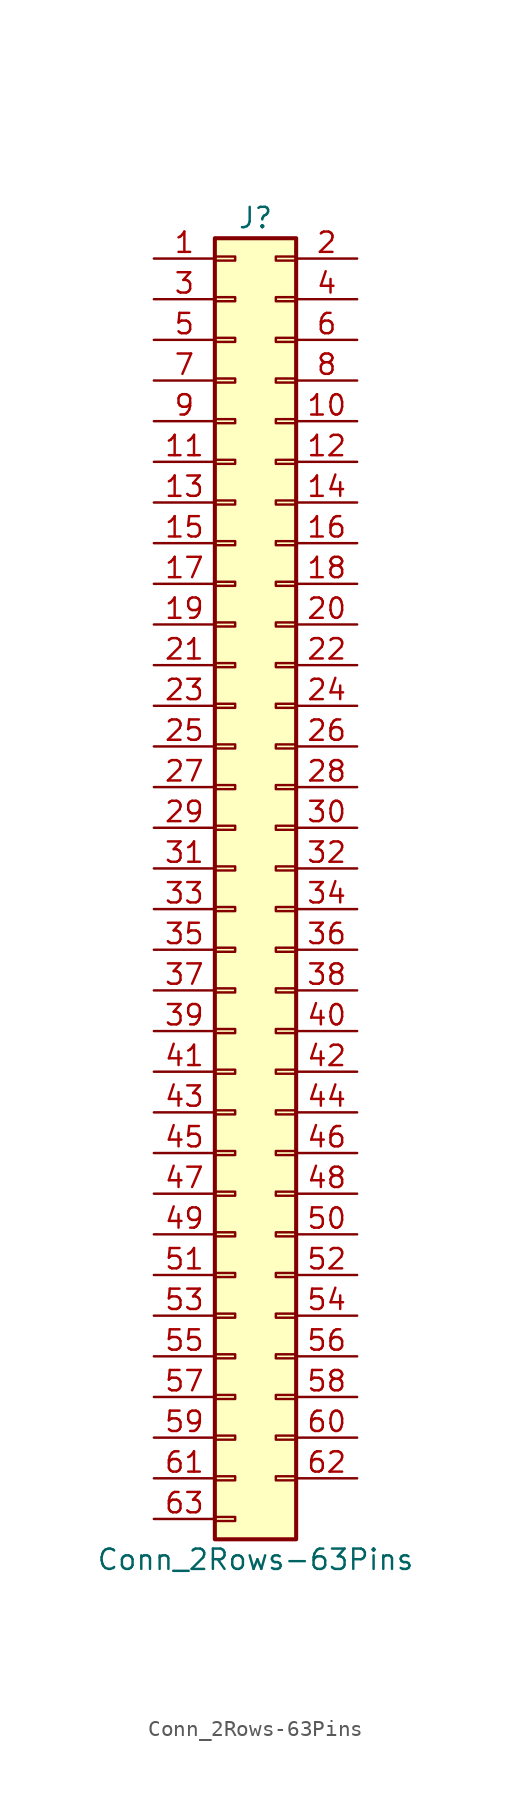
<source format=kicad_sym>
(kicad_symbol_lib
  (version 20201005)
  (generator kicad_symbol_editor)
  (symbol "Conn_2Rows-63Pins"
    (pin_names
      (offset 1.016) hide)
    (property "Reference" "J"
      (at 1.27 40.64 0)
      (effects (font (size 1.27 1.27))))
    (property "Value" "Conn_2Rows-63Pins"
      (at 1.27 -43.18 0)
      (effects (font (size 1.27 1.27))))
    (symbol "Conn_2Rows-63Pins_1_1"
      (rectangle (start -1.27 -40.513) (end 0 -40.767) (stroke (width 0.152)) (fill (type none)))
      (rectangle (start -1.27 -37.973) (end 0 -38.227) (stroke (width 0.152)) (fill (type none)))
      (rectangle (start -1.27 -35.433) (end 0 -35.687) (stroke (width 0.152)) (fill (type none)))
      (rectangle (start -1.27 -32.893) (end 0 -33.147) (stroke (width 0.152)) (fill (type none)))
      (rectangle (start -1.27 -30.353) (end 0 -30.607) (stroke (width 0.152)) (fill (type none)))
      (rectangle (start -1.27 -27.813) (end 0 -28.067) (stroke (width 0.152)) (fill (type none)))
      (rectangle (start -1.27 -25.273) (end 0 -25.527) (stroke (width 0.152)) (fill (type none)))
      (rectangle (start -1.27 -22.733) (end 0 -22.987) (stroke (width 0.152)) (fill (type none)))
      (rectangle (start -1.27 -20.193) (end 0 -20.447) (stroke (width 0.152)) (fill (type none)))
      (rectangle (start -1.27 -17.653) (end 0 -17.907) (stroke (width 0.152)) (fill (type none)))
      (rectangle (start -1.27 -15.113) (end 0 -15.367) (stroke (width 0.152)) (fill (type none)))
      (rectangle (start -1.27 -12.573) (end 0 -12.827) (stroke (width 0.152)) (fill (type none)))
      (rectangle (start -1.27 -10.033) (end 0 -10.287) (stroke (width 0.152)) (fill (type none)))
      (rectangle (start -1.27 -7.493) (end 0 -7.747) (stroke (width 0.152)) (fill (type none)))
      (rectangle (start -1.27 -4.953) (end 0 -5.207) (stroke (width 0.152)) (fill (type none)))
      (rectangle (start -1.27 -2.413) (end 0 -2.667) (stroke (width 0.152)) (fill (type none)))
      (rectangle (start -1.27 0.127) (end 0 -0.127) (stroke (width 0.152)) (fill (type none)))
      (rectangle (start -1.27 2.667) (end 0 2.413) (stroke (width 0.152)) (fill (type none)))
      (rectangle (start -1.27 5.207) (end 0 4.953) (stroke (width 0.152)) (fill (type none)))
      (rectangle (start -1.27 7.747) (end 0 7.493) (stroke (width 0.152)) (fill (type none)))
      (rectangle (start -1.27 10.287) (end 0 10.033) (stroke (width 0.152)) (fill (type none)))
      (rectangle (start -1.27 12.827) (end 0 12.573) (stroke (width 0.152)) (fill (type none)))
      (rectangle (start -1.27 15.367) (end 0 15.113) (stroke (width 0.152)) (fill (type none)))
      (rectangle (start -1.27 17.907) (end 0 17.653) (stroke (width 0.152)) (fill (type none)))
      (rectangle (start -1.27 20.447) (end 0 20.193) (stroke (width 0.152)) (fill (type none)))
      (rectangle (start -1.27 22.987) (end 0 22.733) (stroke (width 0.152)) (fill (type none)))
      (rectangle (start -1.27 25.527) (end 0 25.273) (stroke (width 0.152)) (fill (type none)))
      (rectangle (start -1.27 28.067) (end 0 27.813) (stroke (width 0.152)) (fill (type none)))
      (rectangle (start -1.27 30.607) (end 0 30.353) (stroke (width 0.152)) (fill (type none)))
      (rectangle (start -1.27 33.147) (end 0 32.893) (stroke (width 0.152)) (fill (type none)))
      (rectangle (start -1.27 35.687) (end 0 35.433) (stroke (width 0.152)) (fill (type none)))
      (rectangle (start -1.27 38.227) (end 0 37.973) (stroke (width 0.152)) (fill (type none)))
      (rectangle (start -1.27 39.37) (end 3.81 -41.91) (stroke (width 0.254)) (fill (type background)))
      (rectangle (start 3.81 -37.973) (end 2.54 -38.227) (stroke (width 0.152)) (fill (type none)))
      (rectangle (start 3.81 -35.433) (end 2.54 -35.687) (stroke (width 0.152)) (fill (type none)))
      (rectangle (start 3.81 -32.893) (end 2.54 -33.147) (stroke (width 0.152)) (fill (type none)))
      (rectangle (start 3.81 -30.353) (end 2.54 -30.607) (stroke (width 0.152)) (fill (type none)))
      (rectangle (start 3.81 -27.813) (end 2.54 -28.067) (stroke (width 0.152)) (fill (type none)))
      (rectangle (start 3.81 -25.273) (end 2.54 -25.527) (stroke (width 0.152)) (fill (type none)))
      (rectangle (start 3.81 -22.733) (end 2.54 -22.987) (stroke (width 0.152)) (fill (type none)))
      (rectangle (start 3.81 -20.193) (end 2.54 -20.447) (stroke (width 0.152)) (fill (type none)))
      (rectangle (start 3.81 -17.653) (end 2.54 -17.907) (stroke (width 0.152)) (fill (type none)))
      (rectangle (start 3.81 -15.113) (end 2.54 -15.367) (stroke (width 0.152)) (fill (type none)))
      (rectangle (start 3.81 -12.573) (end 2.54 -12.827) (stroke (width 0.152)) (fill (type none)))
      (rectangle (start 3.81 -10.033) (end 2.54 -10.287) (stroke (width 0.152)) (fill (type none)))
      (rectangle (start 3.81 -7.493) (end 2.54 -7.747) (stroke (width 0.152)) (fill (type none)))
      (rectangle (start 3.81 -4.953) (end 2.54 -5.207) (stroke (width 0.152)) (fill (type none)))
      (rectangle (start 3.81 -2.413) (end 2.54 -2.667) (stroke (width 0.152)) (fill (type none)))
      (rectangle (start 3.81 0.127) (end 2.54 -0.127) (stroke (width 0.152)) (fill (type none)))
      (rectangle (start 3.81 2.667) (end 2.54 2.413) (stroke (width 0.152)) (fill (type none)))
      (rectangle (start 3.81 5.207) (end 2.54 4.953) (stroke (width 0.152)) (fill (type none)))
      (rectangle (start 3.81 7.747) (end 2.54 7.493) (stroke (width 0.152)) (fill (type none)))
      (rectangle (start 3.81 10.287) (end 2.54 10.033) (stroke (width 0.152)) (fill (type none)))
      (rectangle (start 3.81 12.827) (end 2.54 12.573) (stroke (width 0.152)) (fill (type none)))
      (rectangle (start 3.81 15.367) (end 2.54 15.113) (stroke (width 0.152)) (fill (type none)))
      (rectangle (start 3.81 17.907) (end 2.54 17.653) (stroke (width 0.152)) (fill (type none)))
      (rectangle (start 3.81 20.447) (end 2.54 20.193) (stroke (width 0.152)) (fill (type none)))
      (rectangle (start 3.81 22.987) (end 2.54 22.733) (stroke (width 0.152)) (fill (type none)))
      (rectangle (start 3.81 25.527) (end 2.54 25.273) (stroke (width 0.152)) (fill (type none)))
      (rectangle (start 3.81 28.067) (end 2.54 27.813) (stroke (width 0.152)) (fill (type none)))
      (rectangle (start 3.81 30.607) (end 2.54 30.353) (stroke (width 0.152)) (fill (type none)))
      (rectangle (start 3.81 33.147) (end 2.54 32.893) (stroke (width 0.152)) (fill (type none)))
      (rectangle (start 3.81 35.687) (end 2.54 35.433) (stroke (width 0.152)) (fill (type none)))
      (rectangle (start 3.81 38.227) (end 2.54 37.973) (stroke (width 0.152)) (fill (type none)))
      (pin passive line (at -5.08 38.1 0) (length 3.81) (name "Pin_1" (effects (font (size 1.27 1.27)))) (number "1" (effects (font (size 1.27 1.27)))))
      (pin passive line (at 7.62 27.94 180) (length 3.81) (name "Pin_10" (effects (font (size 1.27 1.27)))) (number "10" (effects (font (size 1.27 1.27)))))
      (pin passive line (at -5.08 25.4 0) (length 3.81) (name "Pin_11" (effects (font (size 1.27 1.27)))) (number "11" (effects (font (size 1.27 1.27)))))
      (pin passive line (at 7.62 25.4 180) (length 3.81) (name "Pin_12" (effects (font (size 1.27 1.27)))) (number "12" (effects (font (size 1.27 1.27)))))
      (pin passive line (at -5.08 22.86 0) (length 3.81) (name "Pin_13" (effects (font (size 1.27 1.27)))) (number "13" (effects (font (size 1.27 1.27)))))
      (pin passive line (at 7.62 22.86 180) (length 3.81) (name "Pin_14" (effects (font (size 1.27 1.27)))) (number "14" (effects (font (size 1.27 1.27)))))
      (pin passive line (at -5.08 20.32 0) (length 3.81) (name "Pin_15" (effects (font (size 1.27 1.27)))) (number "15" (effects (font (size 1.27 1.27)))))
      (pin passive line (at 7.62 20.32 180) (length 3.81) (name "Pin_16" (effects (font (size 1.27 1.27)))) (number "16" (effects (font (size 1.27 1.27)))))
      (pin passive line (at -5.08 17.78 0) (length 3.81) (name "Pin_17" (effects (font (size 1.27 1.27)))) (number "17" (effects (font (size 1.27 1.27)))))
      (pin passive line (at 7.62 17.78 180) (length 3.81) (name "Pin_18" (effects (font (size 1.27 1.27)))) (number "18" (effects (font (size 1.27 1.27)))))
      (pin passive line (at -5.08 15.24 0) (length 3.81) (name "Pin_19" (effects (font (size 1.27 1.27)))) (number "19" (effects (font (size 1.27 1.27)))))
      (pin passive line (at 7.62 38.1 180) (length 3.81) (name "Pin_2" (effects (font (size 1.27 1.27)))) (number "2" (effects (font (size 1.27 1.27)))))
      (pin passive line (at 7.62 15.24 180) (length 3.81) (name "Pin_20" (effects (font (size 1.27 1.27)))) (number "20" (effects (font (size 1.27 1.27)))))
      (pin passive line (at -5.08 12.7 0) (length 3.81) (name "Pin_21" (effects (font (size 1.27 1.27)))) (number "21" (effects (font (size 1.27 1.27)))))
      (pin passive line (at 7.62 12.7 180) (length 3.81) (name "Pin_22" (effects (font (size 1.27 1.27)))) (number "22" (effects (font (size 1.27 1.27)))))
      (pin passive line (at -5.08 10.16 0) (length 3.81) (name "Pin_23" (effects (font (size 1.27 1.27)))) (number "23" (effects (font (size 1.27 1.27)))))
      (pin passive line (at 7.62 10.16 180) (length 3.81) (name "Pin_24" (effects (font (size 1.27 1.27)))) (number "24" (effects (font (size 1.27 1.27)))))
      (pin passive line (at -5.08 7.62 0) (length 3.81) (name "Pin_25" (effects (font (size 1.27 1.27)))) (number "25" (effects (font (size 1.27 1.27)))))
      (pin passive line (at 7.62 7.62 180) (length 3.81) (name "Pin_26" (effects (font (size 1.27 1.27)))) (number "26" (effects (font (size 1.27 1.27)))))
      (pin passive line (at -5.08 5.08 0) (length 3.81) (name "Pin_27" (effects (font (size 1.27 1.27)))) (number "27" (effects (font (size 1.27 1.27)))))
      (pin passive line (at 7.62 5.08 180) (length 3.81) (name "Pin_28" (effects (font (size 1.27 1.27)))) (number "28" (effects (font (size 1.27 1.27)))))
      (pin passive line (at -5.08 2.54 0) (length 3.81) (name "Pin_29" (effects (font (size 1.27 1.27)))) (number "29" (effects (font (size 1.27 1.27)))))
      (pin passive line (at -5.08 35.56 0) (length 3.81) (name "Pin_3" (effects (font (size 1.27 1.27)))) (number "3" (effects (font (size 1.27 1.27)))))
      (pin passive line (at 7.62 2.54 180) (length 3.81) (name "Pin_30" (effects (font (size 1.27 1.27)))) (number "30" (effects (font (size 1.27 1.27)))))
      (pin passive line (at -5.08 0 0) (length 3.81) (name "Pin_31" (effects (font (size 1.27 1.27)))) (number "31" (effects (font (size 1.27 1.27)))))
      (pin passive line (at 7.62 0 180) (length 3.81) (name "Pin_32" (effects (font (size 1.27 1.27)))) (number "32" (effects (font (size 1.27 1.27)))))
      (pin passive line (at -5.08 -2.54 0) (length 3.81) (name "Pin_33" (effects (font (size 1.27 1.27)))) (number "33" (effects (font (size 1.27 1.27)))))
      (pin passive line (at 7.62 -2.54 180) (length 3.81) (name "Pin_34" (effects (font (size 1.27 1.27)))) (number "34" (effects (font (size 1.27 1.27)))))
      (pin passive line (at -5.08 -5.08 0) (length 3.81) (name "Pin_35" (effects (font (size 1.27 1.27)))) (number "35" (effects (font (size 1.27 1.27)))))
      (pin passive line (at 7.62 -5.08 180) (length 3.81) (name "Pin_36" (effects (font (size 1.27 1.27)))) (number "36" (effects (font (size 1.27 1.27)))))
      (pin passive line (at -5.08 -7.62 0) (length 3.81) (name "Pin_37" (effects (font (size 1.27 1.27)))) (number "37" (effects (font (size 1.27 1.27)))))
      (pin passive line (at 7.62 -7.62 180) (length 3.81) (name "Pin_38" (effects (font (size 1.27 1.27)))) (number "38" (effects (font (size 1.27 1.27)))))
      (pin passive line (at -5.08 -10.16 0) (length 3.81) (name "Pin_39" (effects (font (size 1.27 1.27)))) (number "39" (effects (font (size 1.27 1.27)))))
      (pin passive line (at 7.62 35.56 180) (length 3.81) (name "Pin_4" (effects (font (size 1.27 1.27)))) (number "4" (effects (font (size 1.27 1.27)))))
      (pin passive line (at 7.62 -10.16 180) (length 3.81) (name "Pin_40" (effects (font (size 1.27 1.27)))) (number "40" (effects (font (size 1.27 1.27)))))
      (pin passive line (at -5.08 -12.7 0) (length 3.81) (name "Pin_41" (effects (font (size 1.27 1.27)))) (number "41" (effects (font (size 1.27 1.27)))))
      (pin passive line (at 7.62 -12.7 180) (length 3.81) (name "Pin_42" (effects (font (size 1.27 1.27)))) (number "42" (effects (font (size 1.27 1.27)))))
      (pin passive line (at -5.08 -15.24 0) (length 3.81) (name "Pin_43" (effects (font (size 1.27 1.27)))) (number "43" (effects (font (size 1.27 1.27)))))
      (pin passive line (at 7.62 -15.24 180) (length 3.81) (name "Pin_44" (effects (font (size 1.27 1.27)))) (number "44" (effects (font (size 1.27 1.27)))))
      (pin passive line (at -5.08 -17.78 0) (length 3.81) (name "Pin_45" (effects (font (size 1.27 1.27)))) (number "45" (effects (font (size 1.27 1.27)))))
      (pin passive line (at 7.62 -17.78 180) (length 3.81) (name "Pin_46" (effects (font (size 1.27 1.27)))) (number "46" (effects (font (size 1.27 1.27)))))
      (pin passive line (at -5.08 -20.32 0) (length 3.81) (name "Pin_47" (effects (font (size 1.27 1.27)))) (number "47" (effects (font (size 1.27 1.27)))))
      (pin passive line (at 7.62 -20.32 180) (length 3.81) (name "Pin_48" (effects (font (size 1.27 1.27)))) (number "48" (effects (font (size 1.27 1.27)))))
      (pin passive line (at -5.08 -22.86 0) (length 3.81) (name "Pin_49" (effects (font (size 1.27 1.27)))) (number "49" (effects (font (size 1.27 1.27)))))
      (pin passive line (at -5.08 33.02 0) (length 3.81) (name "Pin_5" (effects (font (size 1.27 1.27)))) (number "5" (effects (font (size 1.27 1.27)))))
      (pin passive line (at 7.62 -22.86 180) (length 3.81) (name "Pin_50" (effects (font (size 1.27 1.27)))) (number "50" (effects (font (size 1.27 1.27)))))
      (pin passive line (at -5.08 -25.4 0) (length 3.81) (name "Pin_51" (effects (font (size 1.27 1.27)))) (number "51" (effects (font (size 1.27 1.27)))))
      (pin passive line (at 7.62 -25.4 180) (length 3.81) (name "Pin_52" (effects (font (size 1.27 1.27)))) (number "52" (effects (font (size 1.27 1.27)))))
      (pin passive line (at -5.08 -27.94 0) (length 3.81) (name "Pin_53" (effects (font (size 1.27 1.27)))) (number "53" (effects (font (size 1.27 1.27)))))
      (pin passive line (at 7.62 -27.94 180) (length 3.81) (name "Pin_54" (effects (font (size 1.27 1.27)))) (number "54" (effects (font (size 1.27 1.27)))))
      (pin passive line (at -5.08 -30.48 0) (length 3.81) (name "Pin_55" (effects (font (size 1.27 1.27)))) (number "55" (effects (font (size 1.27 1.27)))))
      (pin passive line (at 7.62 -30.48 180) (length 3.81) (name "Pin_56" (effects (font (size 1.27 1.27)))) (number "56" (effects (font (size 1.27 1.27)))))
      (pin passive line (at -5.08 -33.02 0) (length 3.81) (name "Pin_57" (effects (font (size 1.27 1.27)))) (number "57" (effects (font (size 1.27 1.27)))))
      (pin passive line (at 7.62 -33.02 180) (length 3.81) (name "Pin_58" (effects (font (size 1.27 1.27)))) (number "58" (effects (font (size 1.27 1.27)))))
      (pin passive line (at -5.08 -35.56 0) (length 3.81) (name "Pin_59" (effects (font (size 1.27 1.27)))) (number "59" (effects (font (size 1.27 1.27)))))
      (pin passive line (at 7.62 33.02 180) (length 3.81) (name "Pin_6" (effects (font (size 1.27 1.27)))) (number "6" (effects (font (size 1.27 1.27)))))
      (pin passive line (at 7.62 -35.56 180) (length 3.81) (name "Pin_60" (effects (font (size 1.27 1.27)))) (number "60" (effects (font (size 1.27 1.27)))))
      (pin passive line (at -5.08 -38.1 0) (length 3.81) (name "Pin_61" (effects (font (size 1.27 1.27)))) (number "61" (effects (font (size 1.27 1.27)))))
      (pin passive line (at 7.62 -38.1 180) (length 3.81) (name "Pin_62" (effects (font (size 1.27 1.27)))) (number "62" (effects (font (size 1.27 1.27)))))
      (pin passive line (at -5.08 -40.64 0) (length 3.81) (name "Pin_63" (effects (font (size 1.27 1.27)))) (number "63" (effects (font (size 1.27 1.27)))))
      (pin passive line (at -5.08 30.48 0) (length 3.81) (name "Pin_7" (effects (font (size 1.27 1.27)))) (number "7" (effects (font (size 1.27 1.27)))))
      (pin passive line (at 7.62 30.48 180) (length 3.81) (name "Pin_8" (effects (font (size 1.27 1.27)))) (number "8" (effects (font (size 1.27 1.27)))))
      (pin passive line (at -5.08 27.94 0) (length 3.81) (name "Pin_9" (effects (font (size 1.27 1.27)))) (number "9" (effects (font (size 1.27 1.27))))))))
</source>
